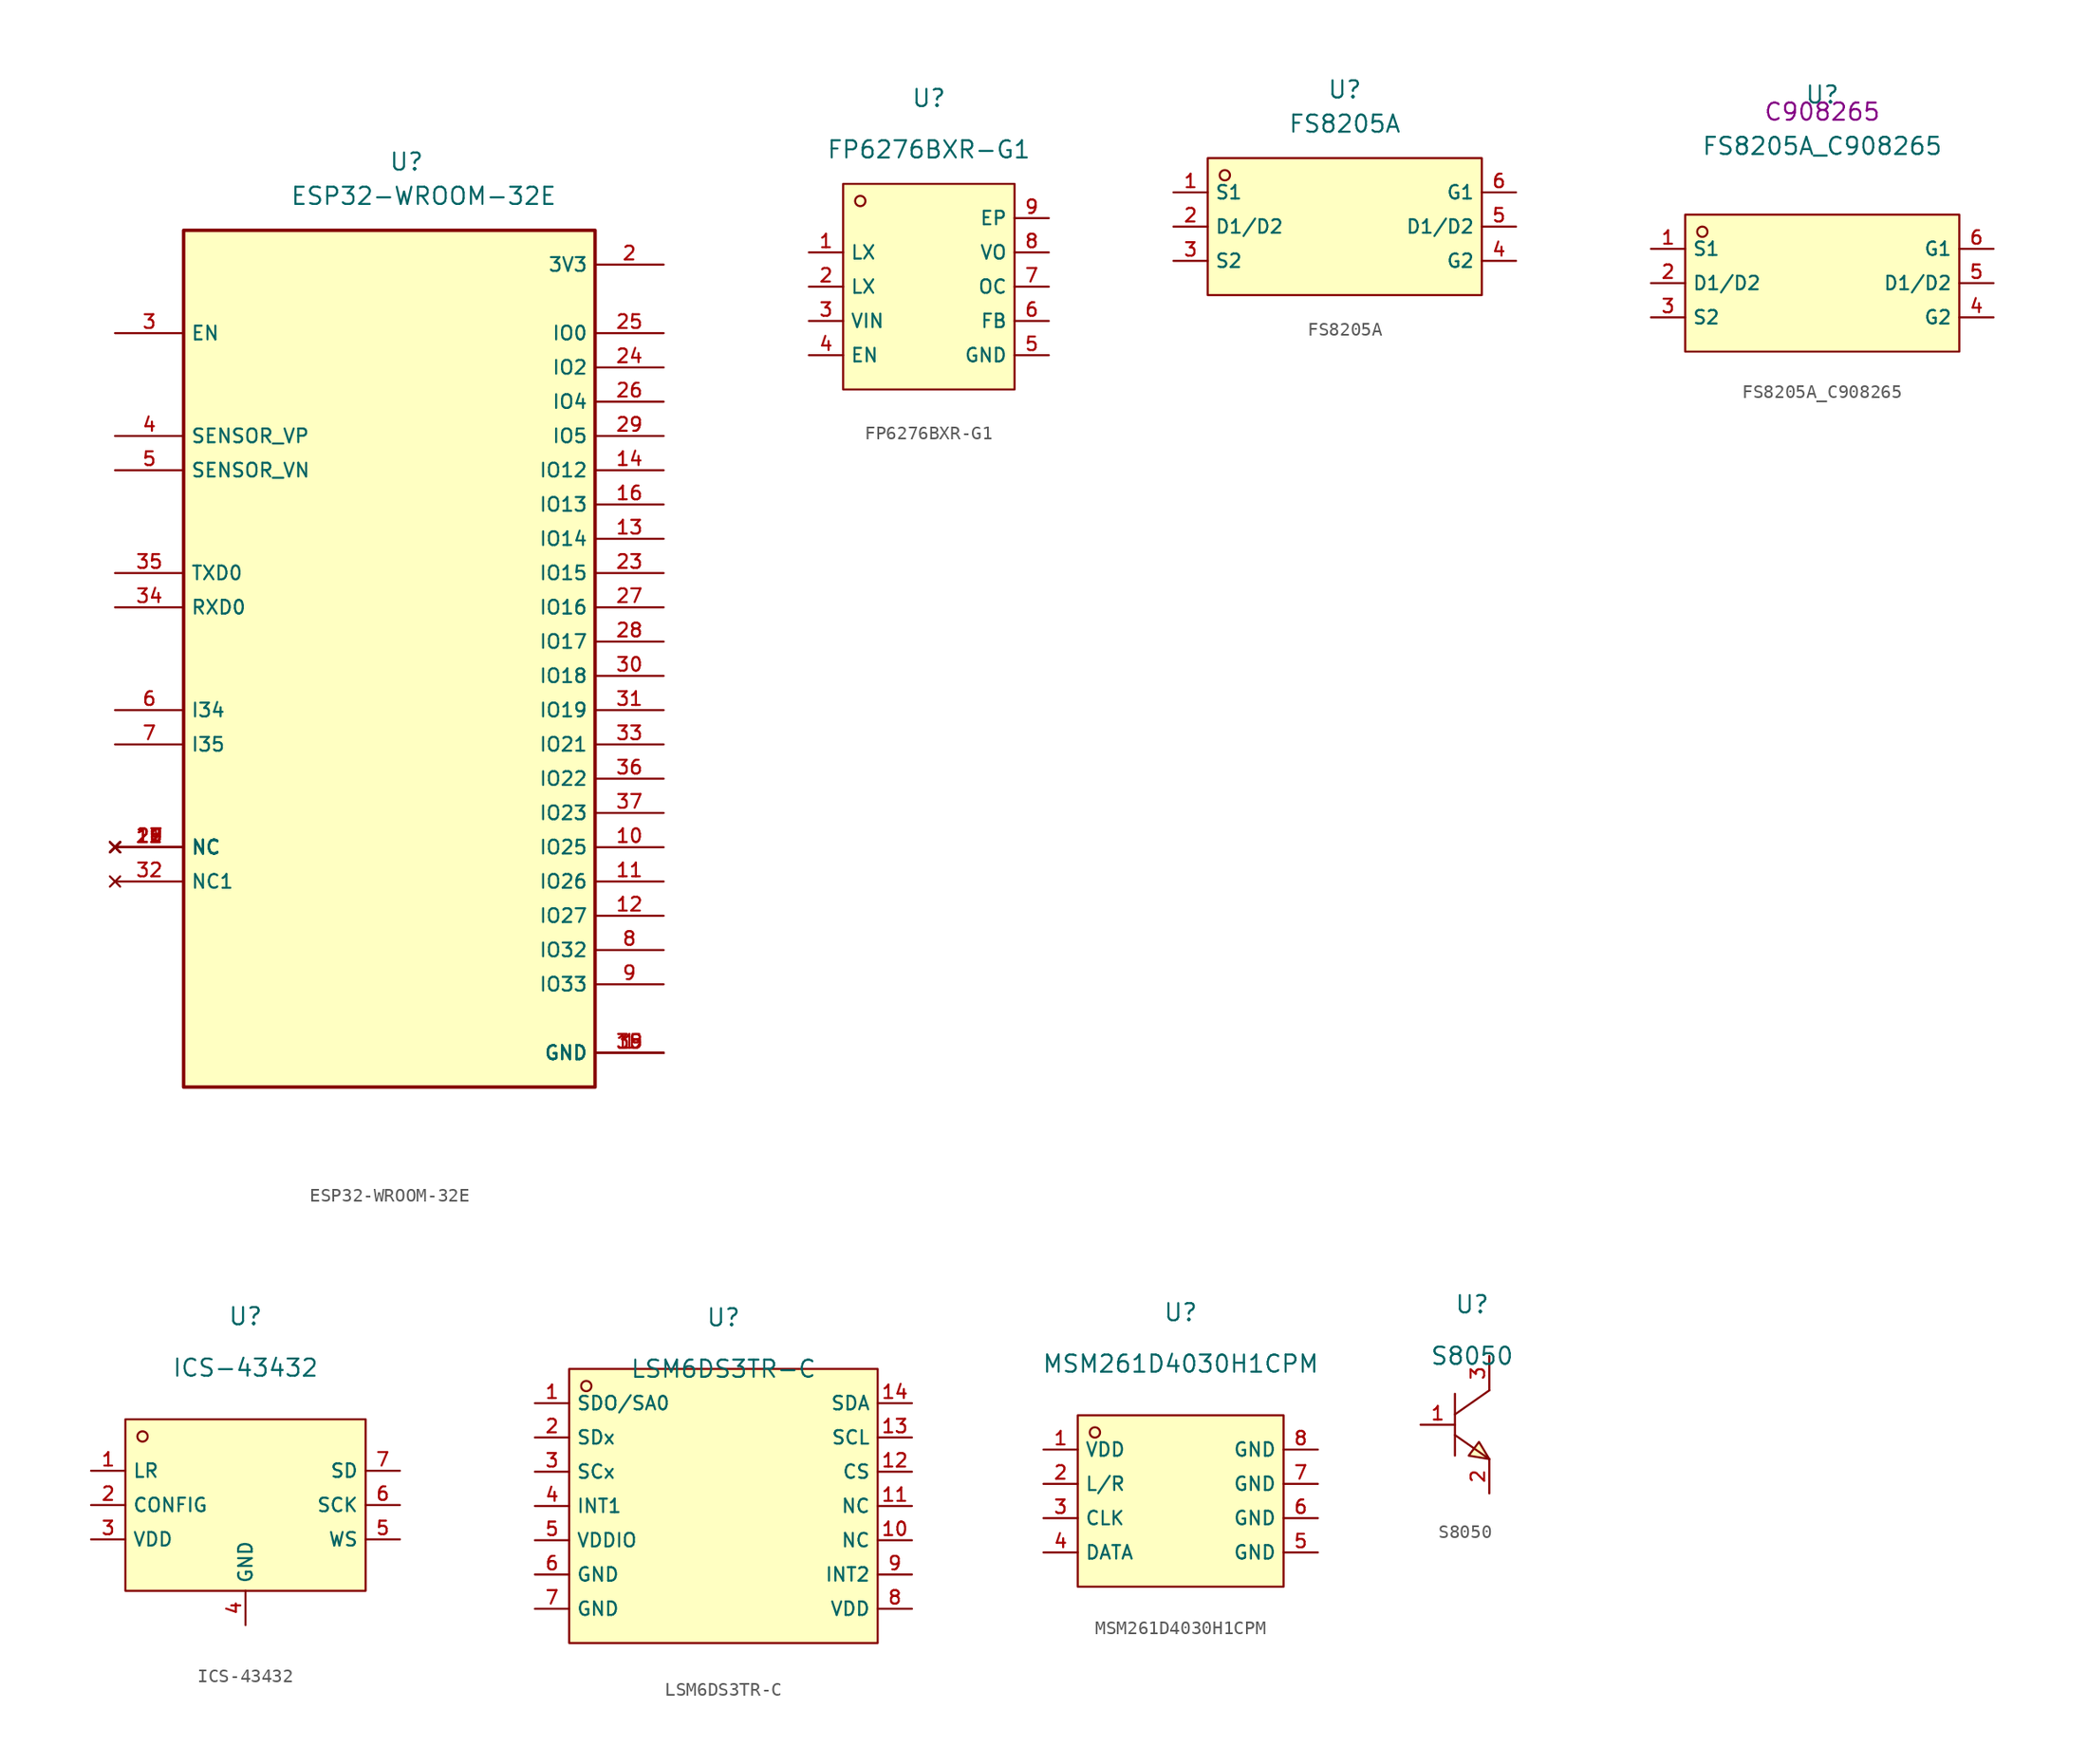
<source format=kicad_sym>
(kicad_symbol_lib
  (version 20220914)
  (generator kicad_symbol_editor)
  (symbol "ESP32-WROOM-32E"
    (property "Reference" "U"
      (at 1.27 34.29 0)
      (effects (font (size 1.27 1.27))))
    (property "Value" "ESP32-WROOM-32E"
      (at 2.54 31.75 0)
      (effects (font (size 1.27 1.27))))
    (symbol "ESP32-WROOM-32E_0_0"
      (rectangle (start -15.24 -34.29) (end 15.24 29.21) (stroke (width 0.254) (type default)) (fill (type background)))
      (pin power_in line (at 20.32 -31.75 180) (length 5.08) (name "GND" (effects (font (size 1.016 1.016)))) (number "1" (effects (font (size 1.016 1.016)))))
      (pin bidirectional line (at 20.32 -16.51 180) (length 5.08) (name "IO25" (effects (font (size 1.016 1.016)))) (number "10" (effects (font (size 1.016 1.016)))))
      (pin bidirectional line (at 20.32 -19.05 180) (length 5.08) (name "IO26" (effects (font (size 1.016 1.016)))) (number "11" (effects (font (size 1.016 1.016)))))
      (pin bidirectional line (at 20.32 -21.59 180) (length 5.08) (name "IO27" (effects (font (size 1.016 1.016)))) (number "12" (effects (font (size 1.016 1.016)))))
      (pin bidirectional line (at 20.32 6.35 180) (length 5.08) (name "IO14" (effects (font (size 1.016 1.016)))) (number "13" (effects (font (size 1.016 1.016)))))
      (pin bidirectional line (at 20.32 11.43 180) (length 5.08) (name "IO12" (effects (font (size 1.016 1.016)))) (number "14" (effects (font (size 1.016 1.016)))))
      (pin power_in line (at 20.32 -31.75 180) (length 5.08) (name "GND" (effects (font (size 1.016 1.016)))) (number "15" (effects (font (size 1.016 1.016)))))
      (pin bidirectional line (at 20.32 8.89 180) (length 5.08) (name "IO13" (effects (font (size 1.016 1.016)))) (number "16" (effects (font (size 1.016 1.016)))))
      (pin no_connect line (at -20.32 -16.51 0) (length 5.08) (name "NC" (effects (font (size 1.016 1.016)))) (number "17" (effects (font (size 1.016 1.016)))))
      (pin no_connect line (at -20.32 -16.51 0) (length 5.08) (name "NC" (effects (font (size 1.016 1.016)))) (number "18" (effects (font (size 1.016 1.016)))))
      (pin no_connect line (at -20.32 -16.51 0) (length 5.08) (name "NC" (effects (font (size 1.016 1.016)))) (number "19" (effects (font (size 1.016 1.016)))))
      (pin power_in line (at 20.32 26.67 180) (length 5.08) (name "3V3" (effects (font (size 1.016 1.016)))) (number "2" (effects (font (size 1.016 1.016)))))
      (pin no_connect line (at -20.32 -16.51 0) (length 5.08) (name "NC" (effects (font (size 1.016 1.016)))) (number "20" (effects (font (size 1.016 1.016)))))
      (pin no_connect line (at -20.32 -16.51 0) (length 5.08) (name "NC" (effects (font (size 1.016 1.016)))) (number "21" (effects (font (size 1.016 1.016)))))
      (pin no_connect line (at -20.32 -16.51 0) (length 5.08) (name "NC" (effects (font (size 1.016 1.016)))) (number "22" (effects (font (size 1.016 1.016)))))
      (pin bidirectional line (at 20.32 3.81 180) (length 5.08) (name "IO15" (effects (font (size 1.016 1.016)))) (number "23" (effects (font (size 1.016 1.016)))))
      (pin bidirectional line (at 20.32 19.05 180) (length 5.08) (name "IO2" (effects (font (size 1.016 1.016)))) (number "24" (effects (font (size 1.016 1.016)))))
      (pin bidirectional line (at 20.32 21.59 180) (length 5.08) (name "IO0" (effects (font (size 1.016 1.016)))) (number "25" (effects (font (size 1.016 1.016)))))
      (pin bidirectional line (at 20.32 16.51 180) (length 5.08) (name "IO4" (effects (font (size 1.016 1.016)))) (number "26" (effects (font (size 1.016 1.016)))))
      (pin bidirectional line (at 20.32 1.27 180) (length 5.08) (name "IO16" (effects (font (size 1.016 1.016)))) (number "27" (effects (font (size 1.016 1.016)))))
      (pin bidirectional line (at 20.32 -1.27 180) (length 5.08) (name "IO17" (effects (font (size 1.016 1.016)))) (number "28" (effects (font (size 1.016 1.016)))))
      (pin bidirectional line (at 20.32 13.97 180) (length 5.08) (name "IO5" (effects (font (size 1.016 1.016)))) (number "29" (effects (font (size 1.016 1.016)))))
      (pin input line (at -20.32 21.59 0) (length 5.08) (name "EN" (effects (font (size 1.016 1.016)))) (number "3" (effects (font (size 1.016 1.016)))))
      (pin bidirectional line (at 20.32 -3.81 180) (length 5.08) (name "IO18" (effects (font (size 1.016 1.016)))) (number "30" (effects (font (size 1.016 1.016)))))
      (pin bidirectional line (at 20.32 -6.35 180) (length 5.08) (name "IO19" (effects (font (size 1.016 1.016)))) (number "31" (effects (font (size 1.016 1.016)))))
      (pin no_connect line (at -20.32 -19.05 0) (length 5.08) (name "NC1" (effects (font (size 1.016 1.016)))) (number "32" (effects (font (size 1.016 1.016)))))
      (pin bidirectional line (at 20.32 -8.89 180) (length 5.08) (name "IO21" (effects (font (size 1.016 1.016)))) (number "33" (effects (font (size 1.016 1.016)))))
      (pin bidirectional line (at -20.32 1.27 0) (length 5.08) (name "RXD0" (effects (font (size 1.016 1.016)))) (number "34" (effects (font (size 1.016 1.016)))))
      (pin bidirectional line (at -20.32 3.81 0) (length 5.08) (name "TXD0" (effects (font (size 1.016 1.016)))) (number "35" (effects (font (size 1.016 1.016)))))
      (pin bidirectional line (at 20.32 -11.43 180) (length 5.08) (name "IO22" (effects (font (size 1.016 1.016)))) (number "36" (effects (font (size 1.016 1.016)))))
      (pin bidirectional line (at 20.32 -13.97 180) (length 5.08) (name "IO23" (effects (font (size 1.016 1.016)))) (number "37" (effects (font (size 1.016 1.016)))))
      (pin power_in line (at 20.32 -31.75 180) (length 5.08) (name "GND" (effects (font (size 1.016 1.016)))) (number "38" (effects (font (size 1.016 1.016)))))
      (pin power_in line (at 20.32 -31.75 180) (length 5.08) (name "GND" (effects (font (size 1.016 1.016)))) (number "39" (effects (font (size 1.016 1.016)))))
      (pin input line (at -20.32 13.97 0) (length 5.08) (name "SENSOR_VP" (effects (font (size 1.016 1.016)))) (number "4" (effects (font (size 1.016 1.016)))))
      (pin input line (at -20.32 11.43 0) (length 5.08) (name "SENSOR_VN" (effects (font (size 1.016 1.016)))) (number "5" (effects (font (size 1.016 1.016)))))
      (pin input line (at -20.32 -6.35 0) (length 5.08) (name "I34" (effects (font (size 1.016 1.016)))) (number "6" (effects (font (size 1.016 1.016)))))
      (pin input line (at -20.32 -8.89 0) (length 5.08) (name "I35" (effects (font (size 1.016 1.016)))) (number "7" (effects (font (size 1.016 1.016)))))
      (pin bidirectional line (at 20.32 -24.13 180) (length 5.08) (name "IO32" (effects (font (size 1.016 1.016)))) (number "8" (effects (font (size 1.016 1.016)))))
      (pin bidirectional line (at 20.32 -26.67 180) (length 5.08) (name "IO33" (effects (font (size 1.016 1.016)))) (number "9" (effects (font (size 1.016 1.016)))))))
  (symbol "FP6276BXR-G1"
    (property "Reference" "U"
      (at 0 1.27 0)
      (effects (font (size 1.27 1.27))))
    (property "Value" "FP6276BXR-G1"
      (at 0 -2.54 0)
      (effects (font (size 1.27 1.27))))
    (symbol "FP6276BXR-G1_0_0"
      (rectangle (start -6.35 -5.08) (end 6.35 -20.32) (stroke (width 0) (type default)) (fill (type background)))
      (circle (center -5.08 -6.35) (radius 0.381) (stroke (width 0) (type default)) (fill (type background)))
      (pin unspecified line (at -8.89 -10.16 0) (length 2.54) (name "LX" (effects (font (size 1 1)))) (number "1" (effects (font (size 1 1)))))
      (pin unspecified line (at -8.89 -12.7 0) (length 2.54) (name "LX" (effects (font (size 1 1)))) (number "2" (effects (font (size 1 1)))))
      (pin unspecified line (at -8.89 -15.24 0) (length 2.54) (name "VIN" (effects (font (size 1 1)))) (number "3" (effects (font (size 1 1)))))
      (pin unspecified line (at -8.89 -17.78 0) (length 2.54) (name "EN" (effects (font (size 1 1)))) (number "4" (effects (font (size 1 1)))))
      (pin unspecified line (at 8.89 -17.78 180) (length 2.54) (name "GND" (effects (font (size 1 1)))) (number "5" (effects (font (size 1 1)))))
      (pin unspecified line (at 8.89 -15.24 180) (length 2.54) (name "FB" (effects (font (size 1 1)))) (number "6" (effects (font (size 1 1)))))
      (pin unspecified line (at 8.89 -12.7 180) (length 2.54) (name "OC" (effects (font (size 1 1)))) (number "7" (effects (font (size 1 1)))))
      (pin unspecified line (at 8.89 -10.16 180) (length 2.54) (name "VO" (effects (font (size 1 1)))) (number "8" (effects (font (size 1 1)))))
      (pin unspecified line (at 8.89 -7.62 180) (length 2.54) (name "EP" (effects (font (size 1 1)))) (number "9" (effects (font (size 1 1)))))))
  (symbol "FS8205A"
    (property "Reference" "U"
      (at 0 10.16 0)
      (effects (font (size 1.27 1.27))))
    (property "Value" "FS8205A"
      (at 0 7.62 0)
      (effects (font (size 1.27 1.27))))
    (symbol "FS8205A_0_0"
      (rectangle (start -10.16 5.08) (end 10.16 -5.08) (stroke (width 0) (type default)) (fill (type background)))
      (circle (center -8.89 3.81) (radius 0.381) (stroke (width 0) (type default)) (fill (type background)))
      (pin unspecified line (at -12.7 2.54 0) (length 2.54) (name "S1" (effects (font (size 1 1)))) (number "1" (effects (font (size 1 1)))))
      (pin unspecified line (at -12.7 0 0) (length 2.54) (name "D1/D2" (effects (font (size 1 1)))) (number "2" (effects (font (size 1 1)))))
      (pin unspecified line (at -12.7 -2.54 0) (length 2.54) (name "S2" (effects (font (size 1 1)))) (number "3" (effects (font (size 1 1)))))
      (pin unspecified line (at 12.7 -2.54 180) (length 2.54) (name "G2" (effects (font (size 1 1)))) (number "4" (effects (font (size 1 1)))))
      (pin unspecified line (at 12.7 0 180) (length 2.54) (name "D1/D2" (effects (font (size 1 1)))) (number "5" (effects (font (size 1 1)))))
      (pin unspecified line (at 12.7 2.54 180) (length 2.54) (name "G1" (effects (font (size 1 1)))) (number "6" (effects (font (size 1 1)))))))
  (symbol "FS8205A_C908265"
    (property "Reference" "U"
      (at 0 1.27 0)
      (effects (font (size 1.27 1.27))))
    (property "Value" "FS8205A_C908265"
      (at 0 -2.54 0)
      (effects (font (size 1.27 1.27))))
    (property "LCSC" "C908265"
      (at 0 0 0)
      (effects (font (size 1.27 1.27))))
    (symbol "FS8205A_C908265_0_0"
      (rectangle (start -10.16 -7.62) (end 10.16 -17.78) (stroke (width 0) (type default)) (fill (type background)))
      (circle (center -8.89 -8.89) (radius 0.381) (stroke (width 0) (type default)) (fill (type background)))
      (pin unspecified line (at -12.7 -10.16 0) (length 2.54) (name "S1" (effects (font (size 1 1)))) (number "1" (effects (font (size 1 1)))))
      (pin unspecified line (at -12.7 -12.7 0) (length 2.54) (name "D1/D2" (effects (font (size 1 1)))) (number "2" (effects (font (size 1 1)))))
      (pin unspecified line (at -12.7 -15.24 0) (length 2.54) (name "S2" (effects (font (size 1 1)))) (number "3" (effects (font (size 1 1)))))
      (pin unspecified line (at 12.7 -15.24 180) (length 2.54) (name "G2" (effects (font (size 1 1)))) (number "4" (effects (font (size 1 1)))))
      (pin unspecified line (at 12.7 -12.7 180) (length 2.54) (name "D1/D2" (effects (font (size 1 1)))) (number "5" (effects (font (size 1 1)))))
      (pin unspecified line (at 12.7 -10.16 180) (length 2.54) (name "G1" (effects (font (size 1 1)))) (number "6" (effects (font (size 1 1)))))))
  (symbol "ICS-43432"
    (property "Reference" "U"
      (at 0 1.27 0)
      (effects (font (size 1.27 1.27))))
    (property "Value" "ICS-43432"
      (at 0 -2.54 0)
      (effects (font (size 1.27 1.27))))
    (symbol "ICS-43432_0_0"
      (rectangle (start -8.89 -6.35) (end 8.89 -19.05) (stroke (width 0) (type default)) (fill (type background)))
      (circle (center -7.62 -7.62) (radius 0.381) (stroke (width 0) (type default)) (fill (type background)))
      (pin unspecified line (at -11.43 -10.16 0) (length 2.54) (name "LR" (effects (font (size 1 1)))) (number "1" (effects (font (size 1 1)))))
      (pin unspecified line (at -11.43 -12.7 0) (length 2.54) (name "CONFIG" (effects (font (size 1 1)))) (number "2" (effects (font (size 1 1)))))
      (pin unspecified line (at -11.43 -15.24 0) (length 2.54) (name "VDD" (effects (font (size 1 1)))) (number "3" (effects (font (size 1 1)))))
      (pin unspecified line (at 0 -21.59 90) (length 2.54) (name "GND" (effects (font (size 1 1)))) (number "4" (effects (font (size 1 1)))))
      (pin unspecified line (at 11.43 -15.24 180) (length 2.54) (name "WS" (effects (font (size 1 1)))) (number "5" (effects (font (size 1 1)))))
      (pin unspecified line (at 11.43 -12.7 180) (length 2.54) (name "SCK" (effects (font (size 1 1)))) (number "6" (effects (font (size 1 1)))))
      (pin unspecified line (at 11.43 -10.16 180) (length 2.54) (name "SD" (effects (font (size 1 1)))) (number "7" (effects (font (size 1 1)))))))
  (symbol "LSM6DS3TR-C"
    (property "Reference" "U"
      (at 0 1.27 0)
      (effects (font (size 1.27 1.27))))
    (property "Value" "LSM6DS3TR-C"
      (at 0 -2.54 0)
      (effects (font (size 1.27 1.27))))
    (symbol "LSM6DS3TR-C_0_0"
      (rectangle (start -11.43 -2.54) (end 11.43 -22.86) (stroke (width 0) (type default)) (fill (type background)))
      (circle (center -10.16 -3.81) (radius 0.381) (stroke (width 0) (type default)) (fill (type background)))
      (pin unspecified line (at -13.97 -5.08 0) (length 2.54) (name "SDO/SA0" (effects (font (size 1 1)))) (number "1" (effects (font (size 1 1)))))
      (pin unspecified line (at 13.97 -15.24 180) (length 2.54) (name "NC" (effects (font (size 1 1)))) (number "10" (effects (font (size 1 1)))))
      (pin unspecified line (at 13.97 -12.7 180) (length 2.54) (name "NC" (effects (font (size 1 1)))) (number "11" (effects (font (size 1 1)))))
      (pin unspecified line (at 13.97 -10.16 180) (length 2.54) (name "CS" (effects (font (size 1 1)))) (number "12" (effects (font (size 1 1)))))
      (pin unspecified line (at 13.97 -7.62 180) (length 2.54) (name "SCL" (effects (font (size 1 1)))) (number "13" (effects (font (size 1 1)))))
      (pin unspecified line (at 13.97 -5.08 180) (length 2.54) (name "SDA" (effects (font (size 1 1)))) (number "14" (effects (font (size 1 1)))))
      (pin unspecified line (at -13.97 -7.62 0) (length 2.54) (name "SDx" (effects (font (size 1 1)))) (number "2" (effects (font (size 1 1)))))
      (pin unspecified line (at -13.97 -10.16 0) (length 2.54) (name "SCx" (effects (font (size 1 1)))) (number "3" (effects (font (size 1 1)))))
      (pin unspecified line (at -13.97 -12.7 0) (length 2.54) (name "INT1" (effects (font (size 1 1)))) (number "4" (effects (font (size 1 1)))))
      (pin unspecified line (at -13.97 -15.24 0) (length 2.54) (name "VDDIO" (effects (font (size 1 1)))) (number "5" (effects (font (size 1 1)))))
      (pin unspecified line (at -13.97 -17.78 0) (length 2.54) (name "GND" (effects (font (size 1 1)))) (number "6" (effects (font (size 1 1)))))
      (pin unspecified line (at -13.97 -20.32 0) (length 2.54) (name "GND" (effects (font (size 1 1)))) (number "7" (effects (font (size 1 1)))))
      (pin unspecified line (at 13.97 -20.32 180) (length 2.54) (name "VDD" (effects (font (size 1 1)))) (number "8" (effects (font (size 1 1)))))
      (pin unspecified line (at 13.97 -17.78 180) (length 2.54) (name "INT2" (effects (font (size 1 1)))) (number "9" (effects (font (size 1 1)))))))
  (symbol "MSM261D4030H1CPM"
    (property "Reference" "U"
      (at 0 1.27 0)
      (effects (font (size 1.27 1.27))))
    (property "Value" "MSM261D4030H1CPM"
      (at 0 -2.54 0)
      (effects (font (size 1.27 1.27))))
    (symbol "MSM261D4030H1CPM_0_0"
      (rectangle (start -7.62 -6.35) (end 7.62 -19.05) (stroke (width 0) (type default)) (fill (type background)))
      (circle (center -6.35 -7.62) (radius 0.381) (stroke (width 0) (type default)) (fill (type background)))
      (pin unspecified line (at -10.16 -8.89 0) (length 2.54) (name "VDD" (effects (font (size 1 1)))) (number "1" (effects (font (size 1 1)))))
      (pin unspecified line (at -10.16 -11.43 0) (length 2.54) (name "L/R" (effects (font (size 1 1)))) (number "2" (effects (font (size 1 1)))))
      (pin unspecified line (at -10.16 -13.97 0) (length 2.54) (name "CLK" (effects (font (size 1 1)))) (number "3" (effects (font (size 1 1)))))
      (pin unspecified line (at -10.16 -16.51 0) (length 2.54) (name "DATA" (effects (font (size 1 1)))) (number "4" (effects (font (size 1 1)))))
      (pin unspecified line (at 10.16 -16.51 180) (length 2.54) (name "GND" (effects (font (size 1 1)))) (number "5" (effects (font (size 1 1)))))
      (pin unspecified line (at 10.16 -13.97 180) (length 2.54) (name "GND" (effects (font (size 1 1)))) (number "6" (effects (font (size 1 1)))))
      (pin unspecified line (at 10.16 -11.43 180) (length 2.54) (name "GND" (effects (font (size 1 1)))) (number "7" (effects (font (size 1 1)))))
      (pin unspecified line (at 10.16 -8.89 180) (length 2.54) (name "GND" (effects (font (size 1 1)))) (number "8" (effects (font (size 1 1)))))))
  (symbol "S8050"
    (pin_names hide)
    (property "Reference" "U"
      (at 0 1.27 0)
      (effects (font (size 1.27 1.27))))
    (property "Value" "S8050"
      (at 0 -2.54 0)
      (effects (font (size 1.27 1.27))))
    (symbol "S8050_0_0"
      (polyline (pts (xy -1.27 -8.382) (xy 1.27 -10.16)) (stroke (width 0) (type default)) (fill (type none)))
      (polyline (pts (xy -1.27 -5.334) (xy -1.27 -9.906)) (stroke (width 0) (type default)) (fill (type none)))
      (polyline (pts (xy 1.27 -5.08) (xy -1.27 -6.858)) (stroke (width 0) (type default)) (fill (type none)))
      (polyline (pts (xy 1.27 -10.16) (xy 0.508 -8.89) (xy -0.254 -9.906) (xy 1.27 -10.16)) (stroke (width 0) (type default)) (fill (type background)))
      (pin unspecified line (at -3.81 -7.62 0) (length 2.54) (name "B" (effects (font (size 1 1)))) (number "1" (effects (font (size 1 1)))))
      (pin unspecified line (at 1.27 -12.7 90) (length 2.54) (name "E" (effects (font (size 1 1)))) (number "2" (effects (font (size 1 1)))))
      (pin unspecified line (at 1.27 -2.54 270) (length 2.54) (name "C" (effects (font (size 1 1)))) (number "3" (effects (font (size 1 1))))))))
</source>
